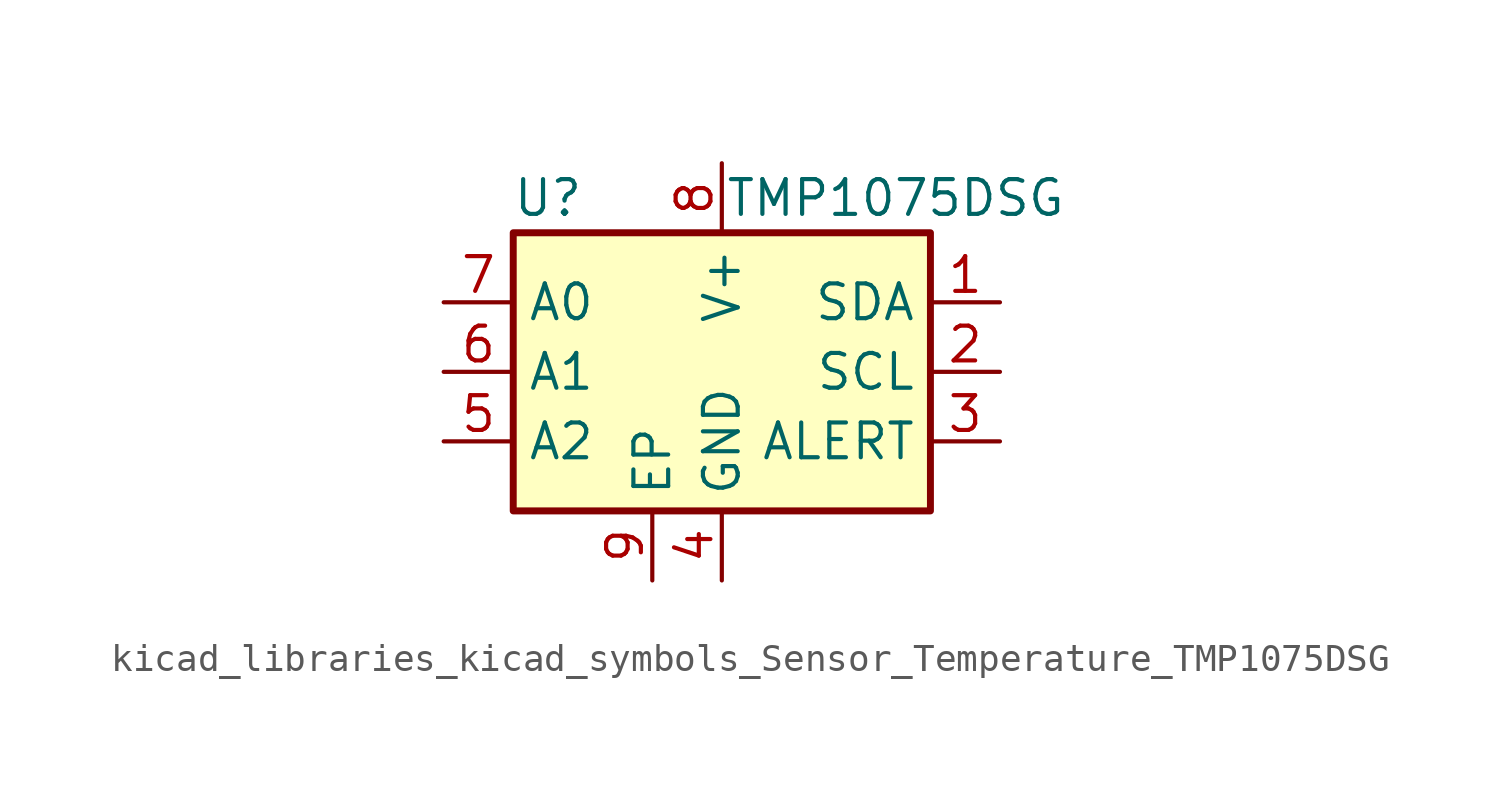
<source format=kicad_sym>
(kicad_symbol_lib
  (version 20220914)
  (generator kicad_symbol_editor)
  (symbol "kicad_libraries_kicad_symbols_Sensor_Temperature_TMP1075DSG"
    (property "Reference" "U"
      (at -6.35 6.35 0)
      (effects (font (size 1.27 1.27))))
    (property "Value" "TMP1075DSG"
      (at 6.35 6.35 0)
      (effects (font (size 1.27 1.27))))
    (symbol "kicad_libraries_kicad_symbols_Sensor_Temperature_TMP1075DSG_0_1"
      (rectangle (start -7.62 5.08) (end 7.62 -5.08) (stroke (width 0.254) (type default)) (fill (type background))))
    (symbol "kicad_libraries_kicad_symbols_Sensor_Temperature_TMP1075DSG_1_1"
      (pin bidirectional line (at 10.16 2.54 180) (length 2.54) (name "SDA" (effects (font (size 1.27 1.27)))) (number "1" (effects (font (size 1.27 1.27)))))
      (pin input line (at 10.16 0 180) (length 2.54) (name "SCL" (effects (font (size 1.27 1.27)))) (number "2" (effects (font (size 1.27 1.27)))))
      (pin open_collector line (at 10.16 -2.54 180) (length 2.54) (name "ALERT" (effects (font (size 1.27 1.27)))) (number "3" (effects (font (size 1.27 1.27)))))
      (pin power_in line (at 0 -7.62 90) (length 2.54) (name "GND" (effects (font (size 1.27 1.27)))) (number "4" (effects (font (size 1.27 1.27)))))
      (pin input line (at -10.16 -2.54 0) (length 2.54) (name "A2" (effects (font (size 1.27 1.27)))) (number "5" (effects (font (size 1.27 1.27)))))
      (pin input line (at -10.16 0 0) (length 2.54) (name "A1" (effects (font (size 1.27 1.27)))) (number "6" (effects (font (size 1.27 1.27)))))
      (pin input line (at -10.16 2.54 0) (length 2.54) (name "A0" (effects (font (size 1.27 1.27)))) (number "7" (effects (font (size 1.27 1.27)))))
      (pin power_in line (at 0 7.62 270) (length 2.54) (name "V+" (effects (font (size 1.27 1.27)))) (number "8" (effects (font (size 1.27 1.27)))))
      (pin passive line (at -2.54 -7.62 90) (length 2.54) (name "EP" (effects (font (size 1.27 1.27)))) (number "9" (effects (font (size 1.27 1.27))))))))
</source>
